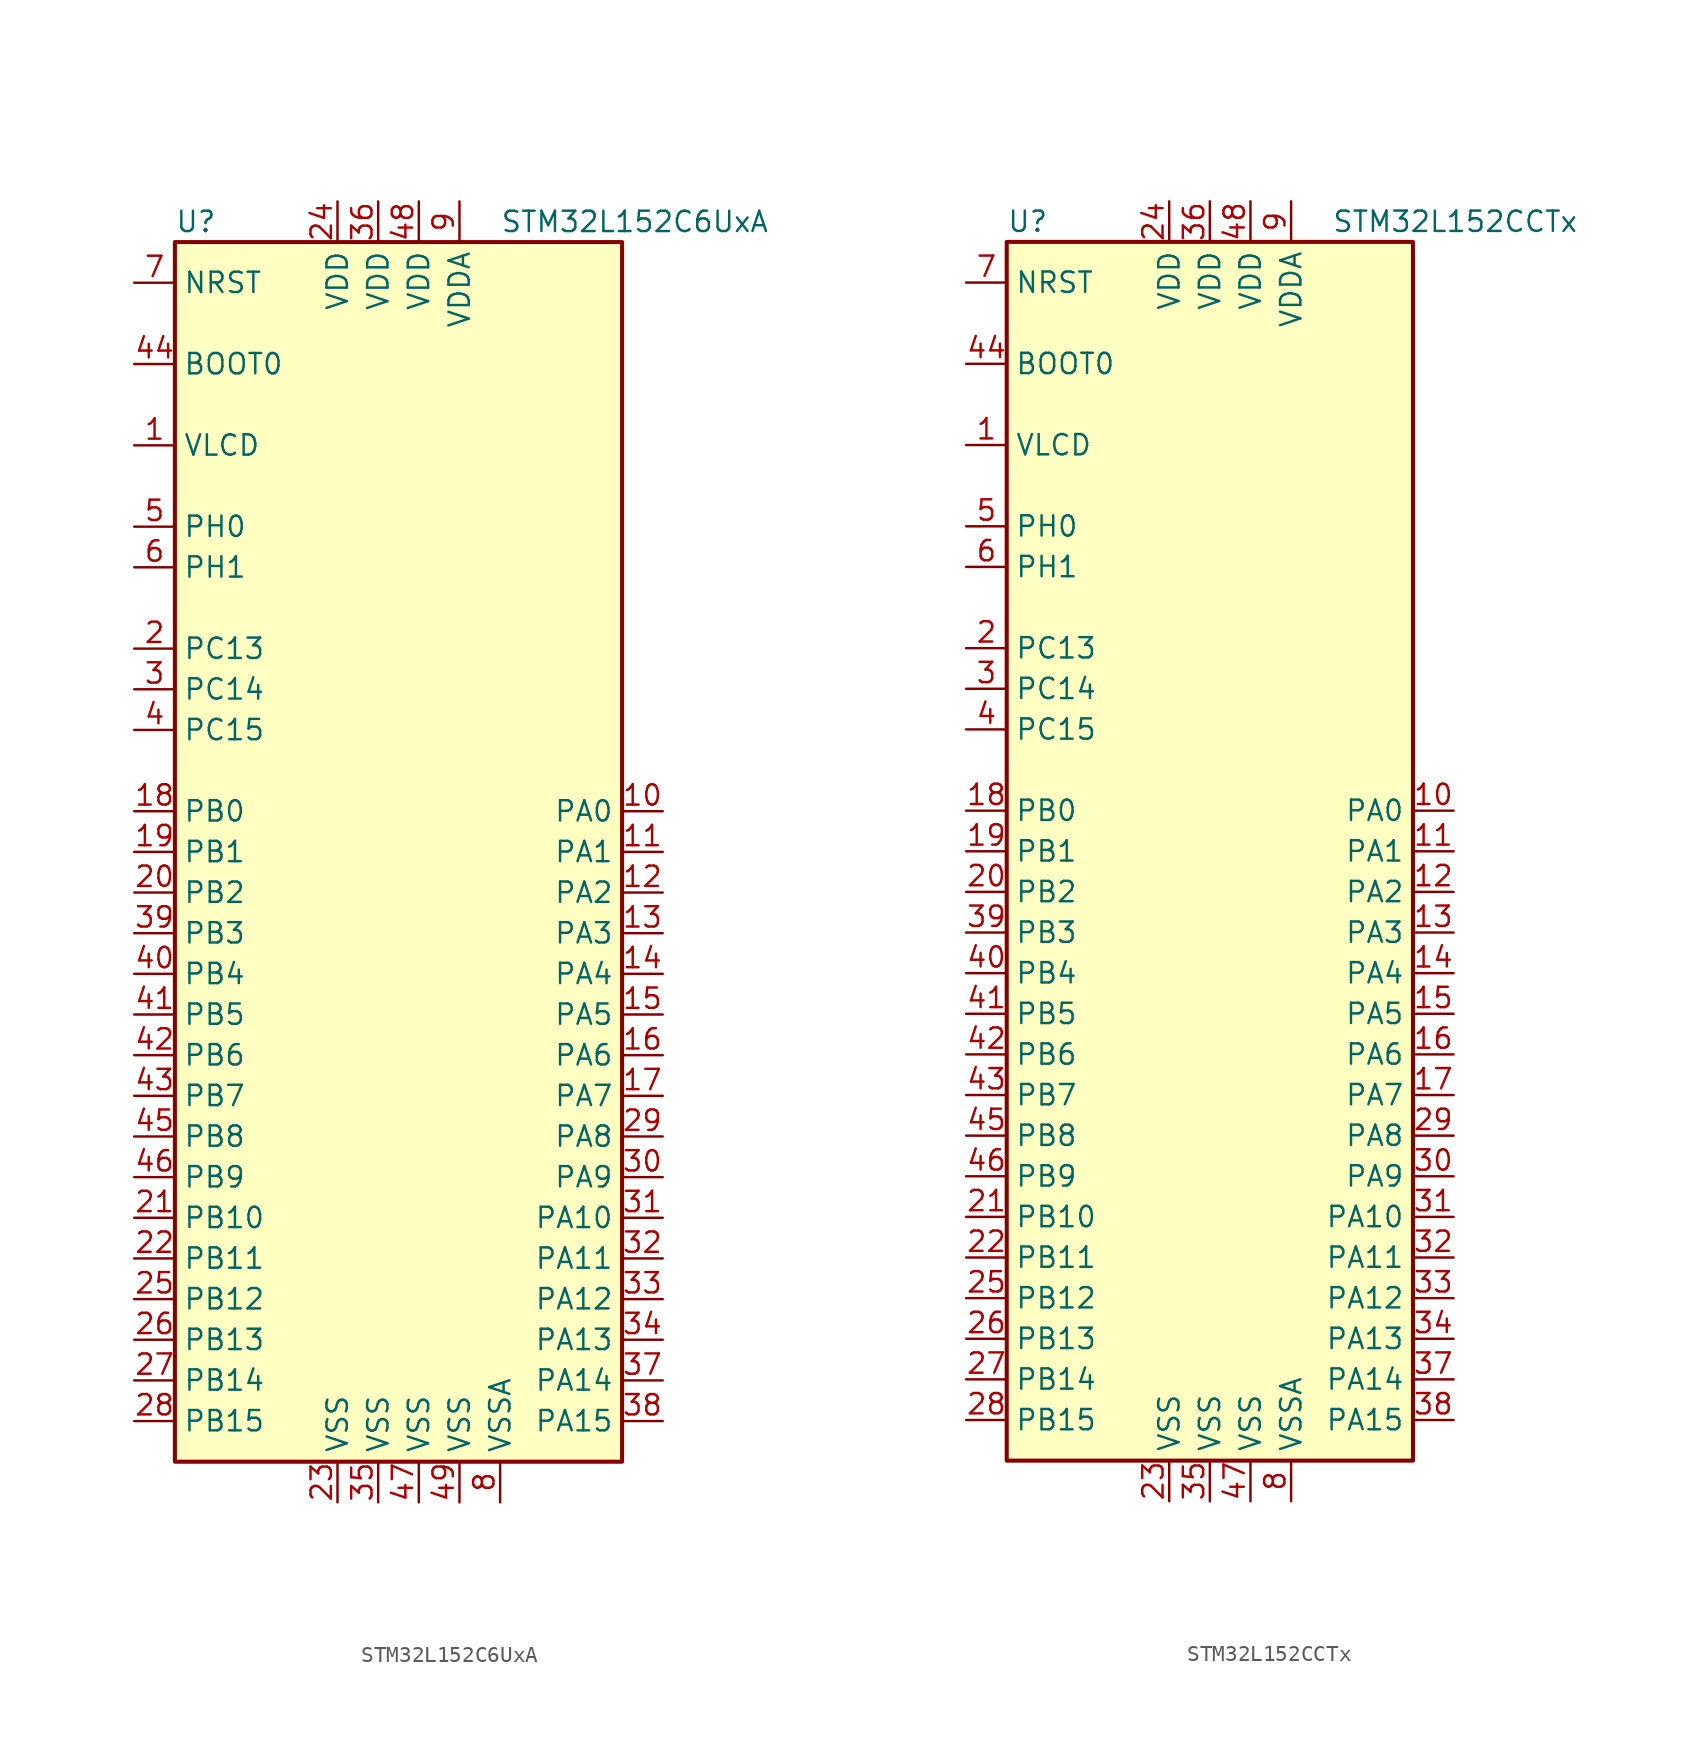
<source format=kicad_sym>
(kicad_symbol_lib
  (version 20201005)
  (generator kicad_symbol_editor)
  (symbol "MCU_ST_STM32L1:STM32L152C6UxA"
    (property "Reference" "U"
      (at -15.24 39.37 0)
      (effects (font (size 1.27 1.27)) (justify left)))
    (property "Value" "STM32L152C6UxA"
      (at 5.08 39.37 0)
      (effects (font (size 1.27 1.27)) (justify left)))
    (symbol "STM32L152C6UxA_0_1"
      (rectangle (start -15.24 -38.1) (end 12.7 38.1) (stroke (width 0.254)) (fill (type background))))
    (symbol "STM32L152C6UxA_1_1"
      (pin input line (at -17.78 30.48 0) (length 2.54) (name "BOOT0" (effects (font (size 1.27 1.27)))) (number "44" (effects (font (size 1.27 1.27)))))
      (pin input line (at -17.78 35.56 0) (length 2.54) (name "NRST" (effects (font (size 1.27 1.27)))) (number "7" (effects (font (size 1.27 1.27)))))
      (pin bidirectional line (at 15.24 2.54 180) (length 2.54) (name "PA0" (effects (font (size 1.27 1.27)))) (number "10" (effects (font (size 1.27 1.27)))))
      (pin bidirectional line (at 15.24 0 180) (length 2.54) (name "PA1" (effects (font (size 1.27 1.27)))) (number "11" (effects (font (size 1.27 1.27)))))
      (pin bidirectional line (at 15.24 -22.86 180) (length 2.54) (name "PA10" (effects (font (size 1.27 1.27)))) (number "31" (effects (font (size 1.27 1.27)))))
      (pin bidirectional line (at 15.24 -25.4 180) (length 2.54) (name "PA11" (effects (font (size 1.27 1.27)))) (number "32" (effects (font (size 1.27 1.27)))))
      (pin bidirectional line (at 15.24 -27.94 180) (length 2.54) (name "PA12" (effects (font (size 1.27 1.27)))) (number "33" (effects (font (size 1.27 1.27)))))
      (pin bidirectional line (at 15.24 -30.48 180) (length 2.54) (name "PA13" (effects (font (size 1.27 1.27)))) (number "34" (effects (font (size 1.27 1.27)))))
      (pin bidirectional line (at 15.24 -33.02 180) (length 2.54) (name "PA14" (effects (font (size 1.27 1.27)))) (number "37" (effects (font (size 1.27 1.27)))))
      (pin bidirectional line (at 15.24 -35.56 180) (length 2.54) (name "PA15" (effects (font (size 1.27 1.27)))) (number "38" (effects (font (size 1.27 1.27)))))
      (pin bidirectional line (at 15.24 -2.54 180) (length 2.54) (name "PA2" (effects (font (size 1.27 1.27)))) (number "12" (effects (font (size 1.27 1.27)))))
      (pin bidirectional line (at 15.24 -5.08 180) (length 2.54) (name "PA3" (effects (font (size 1.27 1.27)))) (number "13" (effects (font (size 1.27 1.27)))))
      (pin bidirectional line (at 15.24 -7.62 180) (length 2.54) (name "PA4" (effects (font (size 1.27 1.27)))) (number "14" (effects (font (size 1.27 1.27)))))
      (pin bidirectional line (at 15.24 -10.16 180) (length 2.54) (name "PA5" (effects (font (size 1.27 1.27)))) (number "15" (effects (font (size 1.27 1.27)))))
      (pin bidirectional line (at 15.24 -12.7 180) (length 2.54) (name "PA6" (effects (font (size 1.27 1.27)))) (number "16" (effects (font (size 1.27 1.27)))))
      (pin bidirectional line (at 15.24 -15.24 180) (length 2.54) (name "PA7" (effects (font (size 1.27 1.27)))) (number "17" (effects (font (size 1.27 1.27)))))
      (pin bidirectional line (at 15.24 -17.78 180) (length 2.54) (name "PA8" (effects (font (size 1.27 1.27)))) (number "29" (effects (font (size 1.27 1.27)))))
      (pin bidirectional line (at 15.24 -20.32 180) (length 2.54) (name "PA9" (effects (font (size 1.27 1.27)))) (number "30" (effects (font (size 1.27 1.27)))))
      (pin bidirectional line (at -17.78 2.54 0) (length 2.54) (name "PB0" (effects (font (size 1.27 1.27)))) (number "18" (effects (font (size 1.27 1.27)))))
      (pin bidirectional line (at -17.78 0 0) (length 2.54) (name "PB1" (effects (font (size 1.27 1.27)))) (number "19" (effects (font (size 1.27 1.27)))))
      (pin bidirectional line (at -17.78 -22.86 0) (length 2.54) (name "PB10" (effects (font (size 1.27 1.27)))) (number "21" (effects (font (size 1.27 1.27)))))
      (pin bidirectional line (at -17.78 -25.4 0) (length 2.54) (name "PB11" (effects (font (size 1.27 1.27)))) (number "22" (effects (font (size 1.27 1.27)))))
      (pin bidirectional line (at -17.78 -27.94 0) (length 2.54) (name "PB12" (effects (font (size 1.27 1.27)))) (number "25" (effects (font (size 1.27 1.27)))))
      (pin bidirectional line (at -17.78 -30.48 0) (length 2.54) (name "PB13" (effects (font (size 1.27 1.27)))) (number "26" (effects (font (size 1.27 1.27)))))
      (pin bidirectional line (at -17.78 -33.02 0) (length 2.54) (name "PB14" (effects (font (size 1.27 1.27)))) (number "27" (effects (font (size 1.27 1.27)))))
      (pin bidirectional line (at -17.78 -35.56 0) (length 2.54) (name "PB15" (effects (font (size 1.27 1.27)))) (number "28" (effects (font (size 1.27 1.27)))))
      (pin bidirectional line (at -17.78 -2.54 0) (length 2.54) (name "PB2" (effects (font (size 1.27 1.27)))) (number "20" (effects (font (size 1.27 1.27)))))
      (pin bidirectional line (at -17.78 -5.08 0) (length 2.54) (name "PB3" (effects (font (size 1.27 1.27)))) (number "39" (effects (font (size 1.27 1.27)))))
      (pin bidirectional line (at -17.78 -7.62 0) (length 2.54) (name "PB4" (effects (font (size 1.27 1.27)))) (number "40" (effects (font (size 1.27 1.27)))))
      (pin bidirectional line (at -17.78 -10.16 0) (length 2.54) (name "PB5" (effects (font (size 1.27 1.27)))) (number "41" (effects (font (size 1.27 1.27)))))
      (pin bidirectional line (at -17.78 -12.7 0) (length 2.54) (name "PB6" (effects (font (size 1.27 1.27)))) (number "42" (effects (font (size 1.27 1.27)))))
      (pin bidirectional line (at -17.78 -15.24 0) (length 2.54) (name "PB7" (effects (font (size 1.27 1.27)))) (number "43" (effects (font (size 1.27 1.27)))))
      (pin bidirectional line (at -17.78 -17.78 0) (length 2.54) (name "PB8" (effects (font (size 1.27 1.27)))) (number "45" (effects (font (size 1.27 1.27)))))
      (pin bidirectional line (at -17.78 -20.32 0) (length 2.54) (name "PB9" (effects (font (size 1.27 1.27)))) (number "46" (effects (font (size 1.27 1.27)))))
      (pin bidirectional line (at -17.78 12.7 0) (length 2.54) (name "PC13" (effects (font (size 1.27 1.27)))) (number "2" (effects (font (size 1.27 1.27)))))
      (pin bidirectional line (at -17.78 10.16 0) (length 2.54) (name "PC14" (effects (font (size 1.27 1.27)))) (number "3" (effects (font (size 1.27 1.27)))))
      (pin bidirectional line (at -17.78 7.62 0) (length 2.54) (name "PC15" (effects (font (size 1.27 1.27)))) (number "4" (effects (font (size 1.27 1.27)))))
      (pin input line (at -17.78 20.32 0) (length 2.54) (name "PH0" (effects (font (size 1.27 1.27)))) (number "5" (effects (font (size 1.27 1.27)))))
      (pin input line (at -17.78 17.78 0) (length 2.54) (name "PH1" (effects (font (size 1.27 1.27)))) (number "6" (effects (font (size 1.27 1.27)))))
      (pin power_in line (at -5.08 40.64 270) (length 2.54) (name "VDD" (effects (font (size 1.27 1.27)))) (number "24" (effects (font (size 1.27 1.27)))))
      (pin power_in line (at -2.54 40.64 270) (length 2.54) (name "VDD" (effects (font (size 1.27 1.27)))) (number "36" (effects (font (size 1.27 1.27)))))
      (pin power_in line (at 0 40.64 270) (length 2.54) (name "VDD" (effects (font (size 1.27 1.27)))) (number "48" (effects (font (size 1.27 1.27)))))
      (pin power_in line (at 2.54 40.64 270) (length 2.54) (name "VDDA" (effects (font (size 1.27 1.27)))) (number "9" (effects (font (size 1.27 1.27)))))
      (pin power_in line (at -17.78 25.4 0) (length 2.54) (name "VLCD" (effects (font (size 1.27 1.27)))) (number "1" (effects (font (size 1.27 1.27)))))
      (pin power_in line (at -5.08 -40.64 90) (length 2.54) (name "VSS" (effects (font (size 1.27 1.27)))) (number "23" (effects (font (size 1.27 1.27)))))
      (pin power_in line (at -2.54 -40.64 90) (length 2.54) (name "VSS" (effects (font (size 1.27 1.27)))) (number "35" (effects (font (size 1.27 1.27)))))
      (pin power_in line (at 0 -40.64 90) (length 2.54) (name "VSS" (effects (font (size 1.27 1.27)))) (number "47" (effects (font (size 1.27 1.27)))))
      (pin power_in line (at 2.54 -40.64 90) (length 2.54) (name "VSS" (effects (font (size 1.27 1.27)))) (number "49" (effects (font (size 1.27 1.27)))))
      (pin power_in line (at 5.08 -40.64 90) (length 2.54) (name "VSSA" (effects (font (size 1.27 1.27)))) (number "8" (effects (font (size 1.27 1.27)))))))
  (symbol "MCU_ST_STM32L1:STM32L152CCTx"
    (property "Reference" "U"
      (at -12.7 39.37 0)
      (effects (font (size 1.27 1.27)) (justify left)))
    (property "Value" "STM32L152CCTx"
      (at 7.62 39.37 0)
      (effects (font (size 1.27 1.27)) (justify left)))
    (symbol "STM32L152CCTx_0_1"
      (rectangle (start -12.7 -38.1) (end 12.7 38.1) (stroke (width 0.254)) (fill (type background))))
    (symbol "STM32L152CCTx_1_1"
      (pin input line (at -15.24 30.48 0) (length 2.54) (name "BOOT0" (effects (font (size 1.27 1.27)))) (number "44" (effects (font (size 1.27 1.27)))))
      (pin input line (at -15.24 35.56 0) (length 2.54) (name "NRST" (effects (font (size 1.27 1.27)))) (number "7" (effects (font (size 1.27 1.27)))))
      (pin bidirectional line (at 15.24 2.54 180) (length 2.54) (name "PA0" (effects (font (size 1.27 1.27)))) (number "10" (effects (font (size 1.27 1.27)))))
      (pin bidirectional line (at 15.24 0 180) (length 2.54) (name "PA1" (effects (font (size 1.27 1.27)))) (number "11" (effects (font (size 1.27 1.27)))))
      (pin bidirectional line (at 15.24 -22.86 180) (length 2.54) (name "PA10" (effects (font (size 1.27 1.27)))) (number "31" (effects (font (size 1.27 1.27)))))
      (pin bidirectional line (at 15.24 -25.4 180) (length 2.54) (name "PA11" (effects (font (size 1.27 1.27)))) (number "32" (effects (font (size 1.27 1.27)))))
      (pin bidirectional line (at 15.24 -27.94 180) (length 2.54) (name "PA12" (effects (font (size 1.27 1.27)))) (number "33" (effects (font (size 1.27 1.27)))))
      (pin bidirectional line (at 15.24 -30.48 180) (length 2.54) (name "PA13" (effects (font (size 1.27 1.27)))) (number "34" (effects (font (size 1.27 1.27)))))
      (pin bidirectional line (at 15.24 -33.02 180) (length 2.54) (name "PA14" (effects (font (size 1.27 1.27)))) (number "37" (effects (font (size 1.27 1.27)))))
      (pin bidirectional line (at 15.24 -35.56 180) (length 2.54) (name "PA15" (effects (font (size 1.27 1.27)))) (number "38" (effects (font (size 1.27 1.27)))))
      (pin bidirectional line (at 15.24 -2.54 180) (length 2.54) (name "PA2" (effects (font (size 1.27 1.27)))) (number "12" (effects (font (size 1.27 1.27)))))
      (pin bidirectional line (at 15.24 -5.08 180) (length 2.54) (name "PA3" (effects (font (size 1.27 1.27)))) (number "13" (effects (font (size 1.27 1.27)))))
      (pin bidirectional line (at 15.24 -7.62 180) (length 2.54) (name "PA4" (effects (font (size 1.27 1.27)))) (number "14" (effects (font (size 1.27 1.27)))))
      (pin bidirectional line (at 15.24 -10.16 180) (length 2.54) (name "PA5" (effects (font (size 1.27 1.27)))) (number "15" (effects (font (size 1.27 1.27)))))
      (pin bidirectional line (at 15.24 -12.7 180) (length 2.54) (name "PA6" (effects (font (size 1.27 1.27)))) (number "16" (effects (font (size 1.27 1.27)))))
      (pin bidirectional line (at 15.24 -15.24 180) (length 2.54) (name "PA7" (effects (font (size 1.27 1.27)))) (number "17" (effects (font (size 1.27 1.27)))))
      (pin bidirectional line (at 15.24 -17.78 180) (length 2.54) (name "PA8" (effects (font (size 1.27 1.27)))) (number "29" (effects (font (size 1.27 1.27)))))
      (pin bidirectional line (at 15.24 -20.32 180) (length 2.54) (name "PA9" (effects (font (size 1.27 1.27)))) (number "30" (effects (font (size 1.27 1.27)))))
      (pin bidirectional line (at -15.24 2.54 0) (length 2.54) (name "PB0" (effects (font (size 1.27 1.27)))) (number "18" (effects (font (size 1.27 1.27)))))
      (pin bidirectional line (at -15.24 0 0) (length 2.54) (name "PB1" (effects (font (size 1.27 1.27)))) (number "19" (effects (font (size 1.27 1.27)))))
      (pin bidirectional line (at -15.24 -22.86 0) (length 2.54) (name "PB10" (effects (font (size 1.27 1.27)))) (number "21" (effects (font (size 1.27 1.27)))))
      (pin bidirectional line (at -15.24 -25.4 0) (length 2.54) (name "PB11" (effects (font (size 1.27 1.27)))) (number "22" (effects (font (size 1.27 1.27)))))
      (pin bidirectional line (at -15.24 -27.94 0) (length 2.54) (name "PB12" (effects (font (size 1.27 1.27)))) (number "25" (effects (font (size 1.27 1.27)))))
      (pin bidirectional line (at -15.24 -30.48 0) (length 2.54) (name "PB13" (effects (font (size 1.27 1.27)))) (number "26" (effects (font (size 1.27 1.27)))))
      (pin bidirectional line (at -15.24 -33.02 0) (length 2.54) (name "PB14" (effects (font (size 1.27 1.27)))) (number "27" (effects (font (size 1.27 1.27)))))
      (pin bidirectional line (at -15.24 -35.56 0) (length 2.54) (name "PB15" (effects (font (size 1.27 1.27)))) (number "28" (effects (font (size 1.27 1.27)))))
      (pin bidirectional line (at -15.24 -2.54 0) (length 2.54) (name "PB2" (effects (font (size 1.27 1.27)))) (number "20" (effects (font (size 1.27 1.27)))))
      (pin bidirectional line (at -15.24 -5.08 0) (length 2.54) (name "PB3" (effects (font (size 1.27 1.27)))) (number "39" (effects (font (size 1.27 1.27)))))
      (pin bidirectional line (at -15.24 -7.62 0) (length 2.54) (name "PB4" (effects (font (size 1.27 1.27)))) (number "40" (effects (font (size 1.27 1.27)))))
      (pin bidirectional line (at -15.24 -10.16 0) (length 2.54) (name "PB5" (effects (font (size 1.27 1.27)))) (number "41" (effects (font (size 1.27 1.27)))))
      (pin bidirectional line (at -15.24 -12.7 0) (length 2.54) (name "PB6" (effects (font (size 1.27 1.27)))) (number "42" (effects (font (size 1.27 1.27)))))
      (pin bidirectional line (at -15.24 -15.24 0) (length 2.54) (name "PB7" (effects (font (size 1.27 1.27)))) (number "43" (effects (font (size 1.27 1.27)))))
      (pin bidirectional line (at -15.24 -17.78 0) (length 2.54) (name "PB8" (effects (font (size 1.27 1.27)))) (number "45" (effects (font (size 1.27 1.27)))))
      (pin bidirectional line (at -15.24 -20.32 0) (length 2.54) (name "PB9" (effects (font (size 1.27 1.27)))) (number "46" (effects (font (size 1.27 1.27)))))
      (pin bidirectional line (at -15.24 12.7 0) (length 2.54) (name "PC13" (effects (font (size 1.27 1.27)))) (number "2" (effects (font (size 1.27 1.27)))))
      (pin bidirectional line (at -15.24 10.16 0) (length 2.54) (name "PC14" (effects (font (size 1.27 1.27)))) (number "3" (effects (font (size 1.27 1.27)))))
      (pin bidirectional line (at -15.24 7.62 0) (length 2.54) (name "PC15" (effects (font (size 1.27 1.27)))) (number "4" (effects (font (size 1.27 1.27)))))
      (pin input line (at -15.24 20.32 0) (length 2.54) (name "PH0" (effects (font (size 1.27 1.27)))) (number "5" (effects (font (size 1.27 1.27)))))
      (pin input line (at -15.24 17.78 0) (length 2.54) (name "PH1" (effects (font (size 1.27 1.27)))) (number "6" (effects (font (size 1.27 1.27)))))
      (pin power_in line (at -2.54 40.64 270) (length 2.54) (name "VDD" (effects (font (size 1.27 1.27)))) (number "24" (effects (font (size 1.27 1.27)))))
      (pin power_in line (at 0 40.64 270) (length 2.54) (name "VDD" (effects (font (size 1.27 1.27)))) (number "36" (effects (font (size 1.27 1.27)))))
      (pin power_in line (at 2.54 40.64 270) (length 2.54) (name "VDD" (effects (font (size 1.27 1.27)))) (number "48" (effects (font (size 1.27 1.27)))))
      (pin power_in line (at 5.08 40.64 270) (length 2.54) (name "VDDA" (effects (font (size 1.27 1.27)))) (number "9" (effects (font (size 1.27 1.27)))))
      (pin power_in line (at -15.24 25.4 0) (length 2.54) (name "VLCD" (effects (font (size 1.27 1.27)))) (number "1" (effects (font (size 1.27 1.27)))))
      (pin power_in line (at -2.54 -40.64 90) (length 2.54) (name "VSS" (effects (font (size 1.27 1.27)))) (number "23" (effects (font (size 1.27 1.27)))))
      (pin power_in line (at 0 -40.64 90) (length 2.54) (name "VSS" (effects (font (size 1.27 1.27)))) (number "35" (effects (font (size 1.27 1.27)))))
      (pin power_in line (at 2.54 -40.64 90) (length 2.54) (name "VSS" (effects (font (size 1.27 1.27)))) (number "47" (effects (font (size 1.27 1.27)))))
      (pin power_in line (at 5.08 -40.64 90) (length 2.54) (name "VSSA" (effects (font (size 1.27 1.27)))) (number "8" (effects (font (size 1.27 1.27))))))))
</source>
